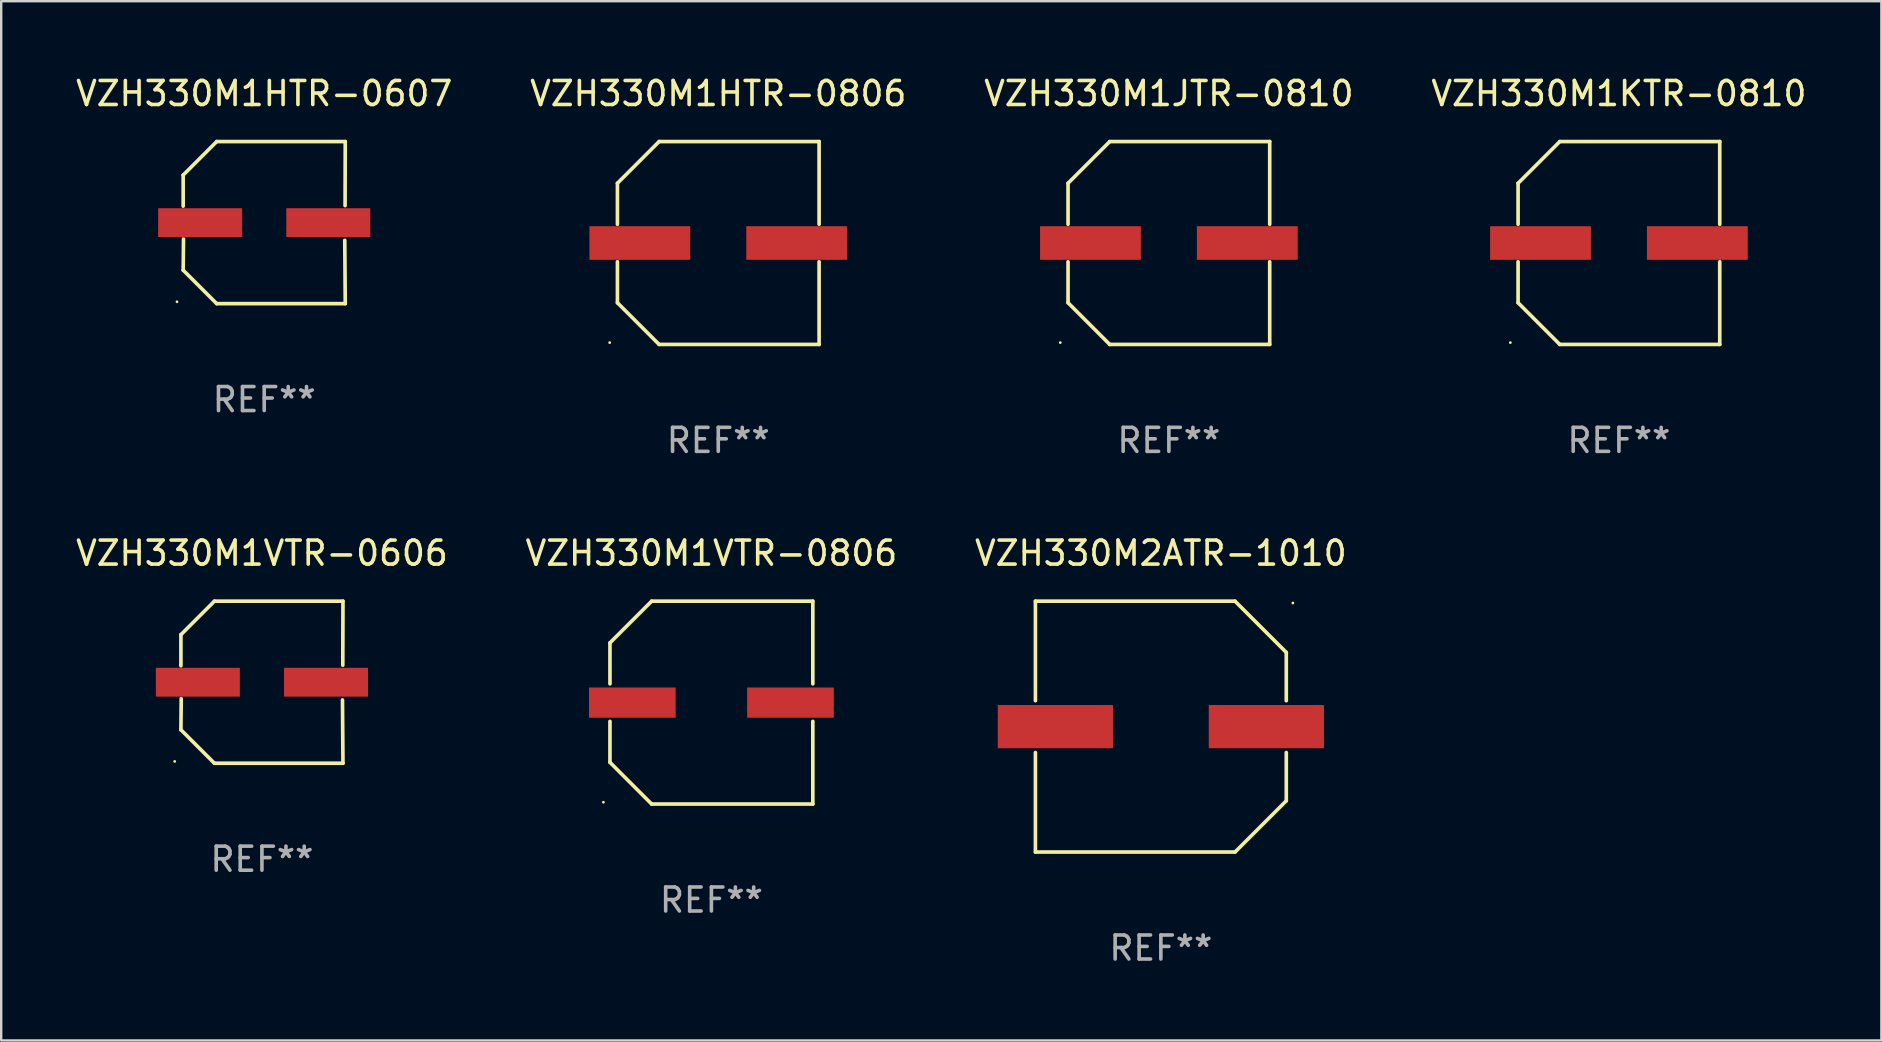
<source format=kicad_pcb>
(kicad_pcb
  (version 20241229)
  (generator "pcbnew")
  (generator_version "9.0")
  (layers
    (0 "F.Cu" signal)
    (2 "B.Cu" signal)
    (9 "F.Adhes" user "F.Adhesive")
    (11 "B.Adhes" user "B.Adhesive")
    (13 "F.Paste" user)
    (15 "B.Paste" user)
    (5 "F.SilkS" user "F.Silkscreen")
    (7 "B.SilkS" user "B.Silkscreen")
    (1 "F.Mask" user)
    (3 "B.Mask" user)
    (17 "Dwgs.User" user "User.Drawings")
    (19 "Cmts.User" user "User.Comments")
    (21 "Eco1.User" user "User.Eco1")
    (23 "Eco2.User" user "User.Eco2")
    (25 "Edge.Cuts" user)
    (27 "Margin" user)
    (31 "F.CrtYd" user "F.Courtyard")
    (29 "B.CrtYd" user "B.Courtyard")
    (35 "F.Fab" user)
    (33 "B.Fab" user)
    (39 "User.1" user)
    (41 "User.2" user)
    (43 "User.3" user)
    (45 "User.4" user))
  (footprint "VZH330M1HTR-0806"
    (layer "F.Cu")
    (at 26.875 7.074)
    (property "Reference" "VZH330M1HTR-0806" (at 0 -6.226 0) (layer "F.SilkS") (effects (font (size 1 1) (thickness 0.15))))
    (attr through_hole)
    (fp_line (start -4.201 -2.49) (end -4.201 -0.782) (stroke (width 0.152) (type solid)) (layer "F.SilkS"))
    (fp_line (start -4.201 2.49) (end -4.201 0.782) (stroke (width 0.152) (type solid)) (layer "F.SilkS"))
    (fp_line (start -2.465 -4.226) (end -4.201 -2.49) (stroke (width 0.152) (type solid)) (layer "F.SilkS"))
    (fp_line (start -2.465 4.226) (end -4.201 2.49) (stroke (width 0.152) (type solid)) (layer "F.SilkS"))
    (fp_line (start 4.201 -4.226) (end -2.465 -4.226) (stroke (width 0.152) (type solid)) (layer "F.SilkS"))
    (fp_line (start 4.201 -0.782) (end 4.201 -4.226) (stroke (width 0.152) (type solid)) (layer "F.SilkS"))
    (fp_line (start 4.201 0.782) (end 4.201 4.226) (stroke (width 0.152) (type solid)) (layer "F.SilkS"))
    (fp_line (start 4.201 4.226) (end -2.465 4.226) (stroke (width 0.152) (type solid)) (layer "F.SilkS"))
    (fp_circle (center -4.524 4.15) (end -4.494 4.15) (stroke (width 0.06) (type solid)) (fill no) (layer "F.SilkS"))
    (fp_text user "REF**" (at 0 8.226 0) (layer "F.Fab") (effects (font (size 1 1) (thickness 0.15))))
    (pad "1" smd rect (at -3.267 0) (size 4.2 1.4) (layers "F.Cu" "F.Mask" "F.Paste"))
    (pad "2" smd rect (at 3.267 0) (size 4.2 1.4) (layers "F.Cu" "F.Mask" "F.Paste")))
  (footprint "VZH330M2ATR-1010"
    (layer "F.Cu")
    (at 45.315 27.223)
    (property "Reference" "VZH330M2ATR-1010" (at 0 -7.226 0) (layer "F.SilkS") (effects (font (size 1 1) (thickness 0.15))))
    (attr through_hole)
    (fp_line (start -5.226 -5.226) (end -5.226 -1.08) (stroke (width 0.152) (type solid)) (layer "F.SilkS"))
    (fp_line (start -5.226 -5.226) (end 3.09 -5.226) (stroke (width 0.152) (type solid)) (layer "F.SilkS"))
    (fp_line (start -5.226 1.08) (end -5.226 5.226) (stroke (width 0.152) (type solid)) (layer "F.SilkS"))
    (fp_line (start -5.226 5.226) (end 3.09 5.226) (stroke (width 0.152) (type solid)) (layer "F.SilkS"))
    (fp_line (start 3.09 -5.226) (end 5.226 -3.09) (stroke (width 0.152) (type solid)) (layer "F.SilkS"))
    (fp_line (start 3.09 5.226) (end 5.226 3.09) (stroke (width 0.152) (type solid)) (layer "F.SilkS"))
    (fp_line (start 5.226 -1.08) (end 5.226 -3.09) (stroke (width 0.152) (type solid)) (layer "F.SilkS"))
    (fp_line (start 5.226 3.09) (end 5.226 1.08) (stroke (width 0.152) (type solid)) (layer "F.SilkS"))
    (fp_circle (center 5.5 -5.15) (end 5.53 -5.15) (stroke (width 0.06) (type solid)) (fill no) (layer "F.SilkS"))
    (fp_text user "REF**" (at 0 9.226 0) (layer "F.Fab") (effects (font (size 1 1) (thickness 0.15))))
    (pad "1" smd rect (at 4.395 0 180) (size 4.8 1.8) (layers "F.Cu" "F.Mask" "F.Paste"))
    (pad "2" smd rect (at -4.395 0 180) (size 4.8 1.8) (layers "F.Cu" "F.Mask" "F.Paste")))
  (footprint "VZH330M1KTR-0810"
    (layer "F.Cu")
    (at 64.399 7.074)
    (property "Reference" "VZH330M1KTR-0810" (at 0 -6.226 0) (layer "F.SilkS") (effects (font (size 1 1) (thickness 0.15))))
    (attr through_hole)
    (fp_line (start -4.201 -2.49) (end -4.201 -0.782) (stroke (width 0.152) (type solid)) (layer "F.SilkS"))
    (fp_line (start -4.201 2.49) (end -4.201 0.782) (stroke (width 0.152) (type solid)) (layer "F.SilkS"))
    (fp_line (start -2.465 -4.226) (end -4.201 -2.49) (stroke (width 0.152) (type solid)) (layer "F.SilkS"))
    (fp_line (start -2.465 4.226) (end -4.201 2.49) (stroke (width 0.152) (type solid)) (layer "F.SilkS"))
    (fp_line (start 4.201 -4.226) (end -2.465 -4.226) (stroke (width 0.152) (type solid)) (layer "F.SilkS"))
    (fp_line (start 4.201 -0.782) (end 4.201 -4.226) (stroke (width 0.152) (type solid)) (layer "F.SilkS"))
    (fp_line (start 4.201 0.782) (end 4.201 4.226) (stroke (width 0.152) (type solid)) (layer "F.SilkS"))
    (fp_line (start 4.201 4.226) (end -2.465 4.226) (stroke (width 0.152) (type solid)) (layer "F.SilkS"))
    (fp_circle (center -4.524 4.15) (end -4.494 4.15) (stroke (width 0.06) (type solid)) (fill no) (layer "F.SilkS"))
    (fp_text user "REF**" (at 0 8.226 0) (layer "F.Fab") (effects (font (size 1 1) (thickness 0.15))))
    (pad "1" smd rect (at -3.267 0) (size 4.2 1.4) (layers "F.Cu" "F.Mask" "F.Paste"))
    (pad "2" smd rect (at 3.267 0) (size 4.2 1.4) (layers "F.Cu" "F.Mask" "F.Paste")))
  (footprint "VZH330M1VTR-0806"
    (layer "F.Cu")
    (at 26.589 26.223)
    (property "Reference" "VZH330M1VTR-0806" (at 0 -6.226 0) (layer "F.SilkS") (effects (font (size 1 1) (thickness 0.15))))
    (attr through_hole)
    (fp_line (start -4.226 -2.49) (end -4.226 -0.782) (stroke (width 0.152) (type solid)) (layer "F.SilkS"))
    (fp_line (start -4.226 2.49) (end -4.226 0.782) (stroke (width 0.152) (type solid)) (layer "F.SilkS"))
    (fp_line (start -2.49 -4.226) (end -4.226 -2.49) (stroke (width 0.152) (type solid)) (layer "F.SilkS"))
    (fp_line (start -2.49 4.226) (end -4.226 2.49) (stroke (width 0.152) (type solid)) (layer "F.SilkS"))
    (fp_line (start 4.226 -4.226) (end -2.49 -4.226) (stroke (width 0.152) (type solid)) (layer "F.SilkS"))
    (fp_line (start 4.226 -0.782) (end 4.226 -4.226) (stroke (width 0.152) (type solid)) (layer "F.SilkS"))
    (fp_line (start 4.226 0.782) (end 4.226 4.226) (stroke (width 0.152) (type solid)) (layer "F.SilkS"))
    (fp_line (start 4.226 4.226) (end -2.49 4.226) (stroke (width 0.152) (type solid)) (layer "F.SilkS"))
    (fp_circle (center -4.5 4.15) (end -4.47 4.15) (stroke (width 0.06) (type solid)) (fill no) (layer "F.SilkS"))
    (fp_text user "REF**" (at 0 8.226 0) (layer "F.Fab") (effects (font (size 1 1) (thickness 0.15))))
    (pad "1" smd rect (at -3.295 -0.000076 180) (size 3.61 1.26) (layers "F.Cu" "F.Mask" "F.Paste"))
    (pad "2" smd rect (at 3.295 -0.000076 180) (size 3.61 1.26) (layers "F.Cu" "F.Mask" "F.Paste")))
  (footprint "VZH330M1JTR-0810"
    (layer "F.Cu")
    (at 45.649 7.074)
    (property "Reference" "VZH330M1JTR-0810" (at 0 -6.226 0) (layer "F.SilkS") (effects (font (size 1 1) (thickness 0.15))))
    (attr through_hole)
    (fp_line (start -4.201 -2.49) (end -4.201 -0.782) (stroke (width 0.152) (type solid)) (layer "F.SilkS"))
    (fp_line (start -4.201 2.49) (end -4.201 0.782) (stroke (width 0.152) (type solid)) (layer "F.SilkS"))
    (fp_line (start -2.465 -4.226) (end -4.201 -2.49) (stroke (width 0.152) (type solid)) (layer "F.SilkS"))
    (fp_line (start -2.465 4.226) (end -4.201 2.49) (stroke (width 0.152) (type solid)) (layer "F.SilkS"))
    (fp_line (start 4.201 -4.226) (end -2.465 -4.226) (stroke (width 0.152) (type solid)) (layer "F.SilkS"))
    (fp_line (start 4.201 -0.782) (end 4.201 -4.226) (stroke (width 0.152) (type solid)) (layer "F.SilkS"))
    (fp_line (start 4.201 0.782) (end 4.201 4.226) (stroke (width 0.152) (type solid)) (layer "F.SilkS"))
    (fp_line (start 4.201 4.226) (end -2.465 4.226) (stroke (width 0.152) (type solid)) (layer "F.SilkS"))
    (fp_circle (center -4.524 4.15) (end -4.494 4.15) (stroke (width 0.06) (type solid)) (fill no) (layer "F.SilkS"))
    (fp_text user "REF**" (at 0 8.226 0) (layer "F.Fab") (effects (font (size 1 1) (thickness 0.15))))
    (pad "1" smd rect (at -3.267 0) (size 4.2 1.4) (layers "F.Cu" "F.Mask" "F.Paste"))
    (pad "2" smd rect (at 3.267 0) (size 4.2 1.4) (layers "F.Cu" "F.Mask" "F.Paste")))
  (footprint "VZH330M1HTR-0607"
    (layer "F.Cu")
    (at 7.958 6.224)
    (property "Reference" "VZH330M1HTR-0607" (at 0 -5.376 0) (layer "F.SilkS") (effects (font (size 1 1) (thickness 0.15))))
    (attr through_hole)
    (fp_line (start -3.376 -1.98) (end -3.376 -0.686) (stroke (width 0.152) (type solid)) (layer "F.SilkS"))
    (fp_line (start -3.376 1.981) (end -3.362 0.686) (stroke (width 0.152) (type solid)) (layer "F.SilkS"))
    (fp_line (start -1.981 3.376) (end -3.376 1.981) (stroke (width 0.152) (type solid)) (layer "F.SilkS"))
    (fp_line (start -1.98 -3.376) (end -3.376 -1.98) (stroke (width 0.152) (type solid)) (layer "F.SilkS"))
    (fp_line (start 3.356 0.74) (end 3.376 3.376) (stroke (width 0.152) (type solid)) (layer "F.SilkS"))
    (fp_line (start 3.369 -0.707) (end 3.376 -3.376) (stroke (width 0.152) (type solid)) (layer "F.SilkS"))
    (fp_line (start 3.376 3.376) (end -1.981 3.376) (stroke (width 0.152) (type solid)) (layer "F.SilkS"))
    (fp_line (start 3.376 -3.376) (end -1.98 -3.376) (stroke (width 0.152) (type solid)) (layer "F.SilkS"))
    (fp_circle (center -3.634 3.3) (end -3.604 3.3) (stroke (width 0.06) (type solid)) (fill no) (layer "F.SilkS"))
    (fp_text user "REF**" (at 0 7.376 0) (layer "F.Fab") (effects (font (size 1 1) (thickness 0.15))))
    (pad "1" smd rect (at -2.67 0.000254) (size 3.5 1.2) (layers "F.Cu" "F.Mask" "F.Paste"))
    (pad "2" smd rect (at 2.67 0.000254) (size 3.5 1.2) (layers "F.Cu" "F.Mask" "F.Paste")))
  (footprint "VZH330M1VTR-0606"
    (layer "F.Cu")
    (at 7.863 25.373)
    (property "Reference" "VZH330M1VTR-0606" (at 0 -5.376 0) (layer "F.SilkS") (effects (font (size 1 1) (thickness 0.15))))
    (attr through_hole)
    (fp_line (start -3.376 -1.98) (end -3.376 -0.686) (stroke (width 0.152) (type solid)) (layer "F.SilkS"))
    (fp_line (start -3.376 1.981) (end -3.362 0.686) (stroke (width 0.152) (type solid)) (layer "F.SilkS"))
    (fp_line (start -1.981 3.376) (end -3.376 1.981) (stroke (width 0.152) (type solid)) (layer "F.SilkS"))
    (fp_line (start -1.98 -3.376) (end -3.376 -1.98) (stroke (width 0.152) (type solid)) (layer "F.SilkS"))
    (fp_line (start 3.356 0.74) (end 3.376 3.376) (stroke (width 0.152) (type solid)) (layer "F.SilkS"))
    (fp_line (start 3.369 -0.707) (end 3.376 -3.376) (stroke (width 0.152) (type solid)) (layer "F.SilkS"))
    (fp_line (start 3.376 3.376) (end -1.981 3.376) (stroke (width 0.152) (type solid)) (layer "F.SilkS"))
    (fp_line (start 3.376 -3.376) (end -1.98 -3.376) (stroke (width 0.152) (type solid)) (layer "F.SilkS"))
    (fp_circle (center -3.634 3.3) (end -3.604 3.3) (stroke (width 0.06) (type solid)) (fill no) (layer "F.SilkS"))
    (fp_text user "REF**" (at 0 7.376 0) (layer "F.Fab") (effects (font (size 1 1) (thickness 0.15))))
    (pad "1" smd rect (at -2.67 0.000254) (size 3.5 1.2) (layers "F.Cu" "F.Mask" "F.Paste"))
    (pad "2" smd rect (at 2.67 0.000254) (size 3.5 1.2) (layers "F.Cu" "F.Mask" "F.Paste")))
  (gr_rect
    (start -3 -3)
    (end 75.333 40.298)
    (stroke (width 0.1) (type default))
    (fill no)
    (layer "Edge.Cuts")))
</source>
